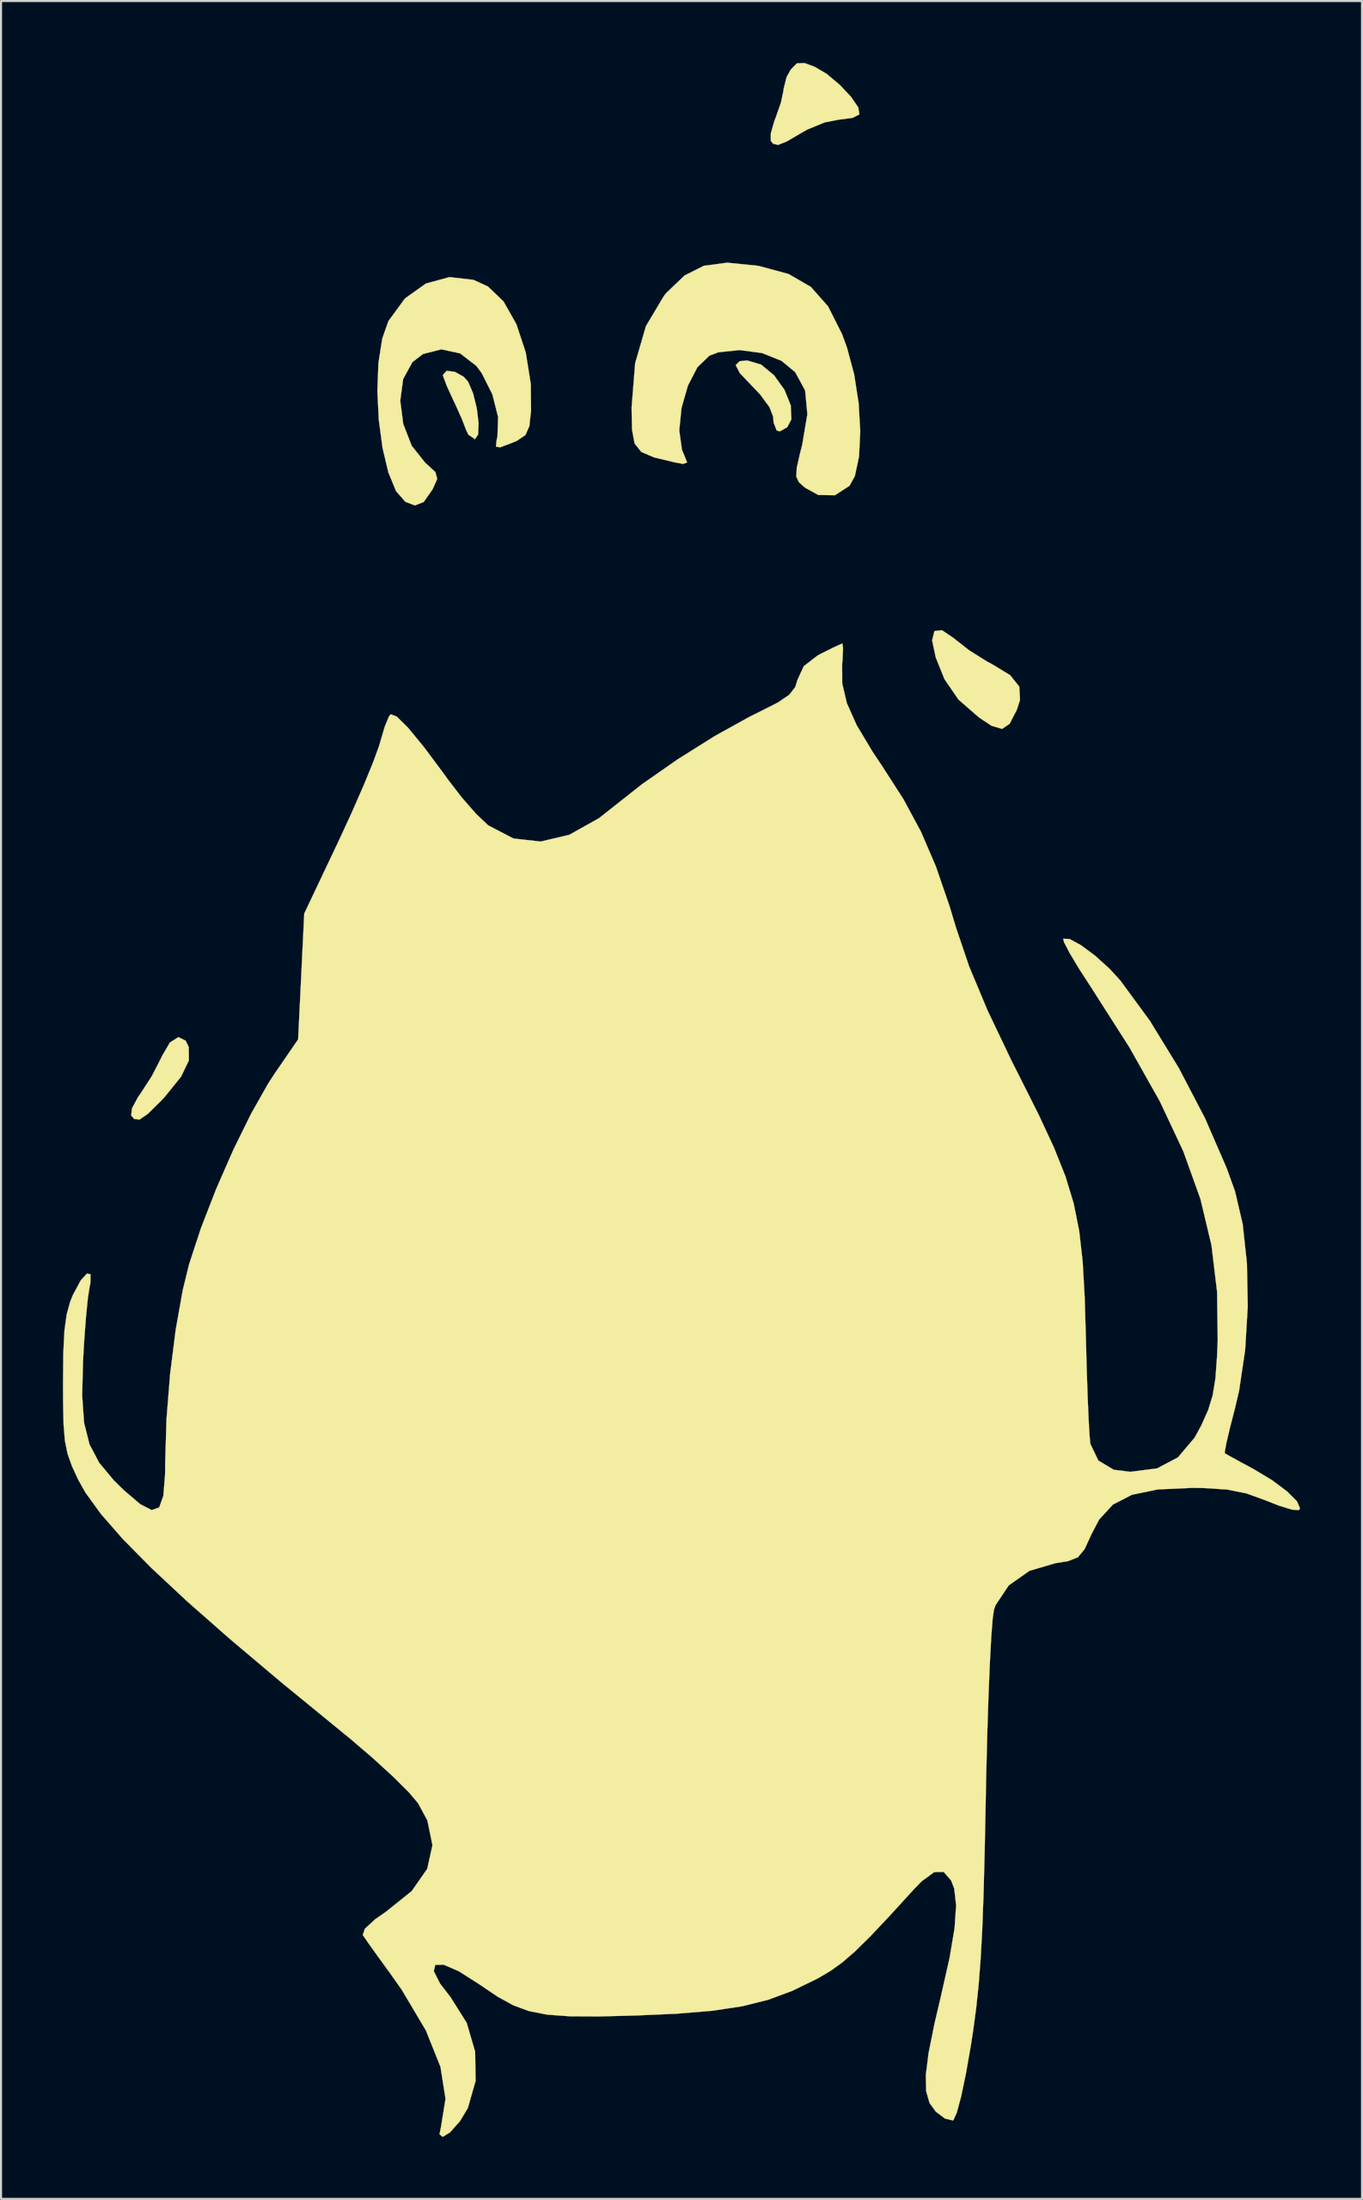
<source format=kicad_pcb>
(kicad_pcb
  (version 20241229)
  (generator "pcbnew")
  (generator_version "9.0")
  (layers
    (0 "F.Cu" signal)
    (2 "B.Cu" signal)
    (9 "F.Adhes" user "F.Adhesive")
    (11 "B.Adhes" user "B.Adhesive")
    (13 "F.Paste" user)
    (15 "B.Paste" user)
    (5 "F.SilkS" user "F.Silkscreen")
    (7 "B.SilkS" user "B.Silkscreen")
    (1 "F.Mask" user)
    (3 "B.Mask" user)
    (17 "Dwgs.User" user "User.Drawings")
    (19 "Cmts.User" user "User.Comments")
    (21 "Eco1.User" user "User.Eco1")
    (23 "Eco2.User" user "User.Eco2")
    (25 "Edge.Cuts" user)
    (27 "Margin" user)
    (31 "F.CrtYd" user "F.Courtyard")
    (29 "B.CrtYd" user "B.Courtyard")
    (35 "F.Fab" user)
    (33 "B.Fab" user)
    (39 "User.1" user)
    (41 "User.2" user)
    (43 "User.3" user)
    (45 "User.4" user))
  (footprint "tux-ghost"
    (layer "F.Cu")
    (at 29.088 52.516)
    (property "Reference" "tux-ghost" (at 0 0 0) (layer "F.SilkS") (effects (font (size 1.524 1.524) (thickness 0.3))))
    (attr through_hole)
    (fp_poly (pts (xy 4.754 -37.9) (xy 5.378 -37.385) (xy 5.882 -36.685) (xy 6.189 -35.929) (xy 6.221 -35.248) (xy 6.021 -34.868) (xy 5.664 -34.667) (xy 5.509 -34.707) (xy 5.363 -35.083) (xy 5.334 -35.388) (xy 5.159 -35.839) (xy 4.709 -36.45) (xy 4.334 -36.843) (xy 3.724 -37.484) (xy 3.521 -37.877) (xy 3.718 -38.066) (xy 4.087 -38.1) (xy 4.754 -37.9)) (stroke (width 0.01) (type solid)) (fill yes) (layer "F.SilkS"))
    (fp_poly (pts (xy -23.138 -5.141) (xy -22.99 -4.836) (xy -22.983 -4.188) (xy -23.358 -3.404) (xy -24.143 -2.431) (xy -24.339 -2.223) (xy -24.972 -1.597) (xy -25.374 -1.32) (xy -25.636 -1.349) (xy -25.78 -1.523) (xy -25.739 -1.865) (xy -25.447 -2.412) (xy -25.312 -2.602) (xy -24.778 -3.427) (xy -24.322 -4.317) (xy -24.295 -4.381) (xy -23.903 -5.053) (xy -23.492 -5.315) (xy -23.138 -5.141)) (stroke (width 0.01) (type solid)) (fill yes) (layer "F.SilkS"))
    (fp_poly (pts (xy -10.092 -37.55) (xy -9.658 -37.308) (xy -9.453 -37.078) (xy -9.206 -36.507) (xy -9.029 -35.784) (xy -8.941 -35.068) (xy -8.963 -34.517) (xy -9.112 -34.29) (xy -9.117 -34.29) (xy -9.431 -34.499) (xy -9.546 -34.734) (xy -9.738 -35.235) (xy -10.056 -35.948) (xy -10.174 -36.195) (xy -10.475 -36.852) (xy -10.65 -37.312) (xy -10.669 -37.401) (xy -10.492 -37.598) (xy -10.092 -37.55)) (stroke (width 0.01) (type solid)) (fill yes) (layer "F.SilkS"))
    (fp_poly (pts (xy 14.111 -24.632) (xy 14.159 -24.588) (xy 14.844 -24.052) (xy 15.69 -23.522) (xy 15.93 -23.395) (xy 16.825 -22.851) (xy 17.266 -22.3) (xy 17.303 -21.654) (xy 17.147 -21.172) (xy 16.801 -20.499) (xy 16.435 -20.249) (xy 15.926 -20.399) (xy 15.325 -20.795) (xy 14.321 -21.667) (xy 13.641 -22.66) (xy 13.219 -23.709) (xy 13.043 -24.539) (xy 13.154 -24.989) (xy 13.521 -25.03) (xy 14.111 -24.632)) (stroke (width 0.01) (type solid)) (fill yes) (layer "F.SilkS"))
    (fp_poly (pts (xy 7.333 -52.338) (xy 7.934 -51.984) (xy 8.563 -51.458) (xy 9.11 -50.877) (xy 9.464 -50.358) (xy 9.516 -50.023) (xy 9.182 -49.854) (xy 8.58 -49.776) (xy 8.558 -49.776) (xy 7.835 -49.636) (xy 6.999 -49.293) (xy 6.731 -49.142) (xy 6.005 -48.716) (xy 5.58 -48.545) (xy 5.339 -48.599) (xy 5.224 -48.741) (xy 5.223 -49.102) (xy 5.398 -49.711) (xy 5.463 -49.876) (xy 5.714 -50.594) (xy 5.839 -51.183) (xy 5.842 -51.251) (xy 5.988 -51.832) (xy 6.189 -52.193) (xy 6.485 -52.495) (xy 6.851 -52.511) (xy 7.333 -52.338)) (stroke (width 0.01) (type solid)) (fill yes) (layer "F.SilkS"))
    (fp_poly (pts (xy -9.193 -42.007) (xy -8.489 -41.685) (xy -7.733 -40.963) (xy -7.108 -39.857) (xy -6.654 -38.485) (xy -6.411 -36.964) (xy -6.398 -35.669) (xy -6.481 -34.912) (xy -6.673 -34.485) (xy -7.08 -34.212) (xy -7.333 -34.103) (xy -7.895 -33.892) (xy -8.1 -33.924) (xy -8.065 -34.25) (xy -8.025 -34.413) (xy -7.995 -35.361) (xy -8.271 -36.455) (xy -8.79 -37.49) (xy -9.046 -37.834) (xy -9.838 -38.445) (xy -10.749 -38.64) (xy -11.637 -38.413) (xy -12.148 -38.02) (xy -12.597 -37.202) (xy -12.738 -36.152) (xy -12.593 -35.021) (xy -12.181 -33.966) (xy -11.523 -33.138) (xy -11.477 -33.1) (xy -11.035 -32.694) (xy -10.947 -32.362) (xy -11.16 -31.88) (xy -11.176 -31.851) (xy -11.601 -31.243) (xy -12.027 -31.077) (xy -12.49 -31.252) (xy -12.941 -31.769) (xy -13.314 -32.677) (xy -13.596 -33.864) (xy -13.777 -35.218) (xy -13.847 -36.627) (xy -13.795 -37.978) (xy -13.611 -39.159) (xy -13.313 -40.005) (xy -12.509 -41.106) (xy -11.494 -41.828) (xy -10.358 -42.139) (xy -9.193 -42.007)) (stroke (width 0.01) (type solid)) (fill yes) (layer "F.SilkS"))
    (fp_poly (pts (xy 4.539 -42.695) (xy 4.677 -42.671) (xy 6.083 -42.29) (xy 7.163 -41.666) (xy 7.999 -40.721) (xy 8.676 -39.377) (xy 8.912 -38.735) (xy 9.264 -37.428) (xy 9.48 -36.03) (xy 9.559 -34.662) (xy 9.499 -33.445) (xy 9.298 -32.5) (xy 9.041 -32.031) (xy 8.331 -31.57) (xy 7.525 -31.583) (xy 6.875 -31.941) (xy 6.588 -32.199) (xy 6.46 -32.471) (xy 6.481 -32.895) (xy 6.643 -33.614) (xy 6.746 -34.018) (xy 6.995 -35.494) (xy 6.887 -36.648) (xy 6.407 -37.532) (xy 5.744 -38.082) (xy 4.8 -38.46) (xy 3.703 -38.604) (xy 2.683 -38.498) (xy 2.248 -38.334) (xy 1.668 -37.776) (xy 1.204 -36.878) (xy 0.896 -35.804) (xy 0.786 -34.716) (xy 0.915 -33.777) (xy 1.029 -33.503) (xy 1.166 -33.162) (xy 0.979 -33.088) (xy 0.585 -33.159) (xy -0.431 -33.403) (xy -1.054 -33.668) (xy -1.379 -34.077) (xy -1.504 -34.75) (xy -1.524 -35.81) (xy -1.524 -35.816) (xy -1.352 -37.966) (xy -0.829 -39.766) (xy 0.051 -41.24) (xy 0.169 -41.383) (xy 1.04 -42.216) (xy 1.978 -42.689) (xy 3.103 -42.838) (xy 4.539 -42.695)) (stroke (width 0.01) (type solid)) (fill yes) (layer "F.SilkS"))
    (fp_poly (pts (xy 8.725 -24.16) (xy 8.7 -23.601) (xy 8.681 -23.384) (xy 8.685 -22.452) (xy 8.907 -21.501) (xy 9.385 -20.43) (xy 10.159 -19.138) (xy 10.607 -18.468) (xy 11.656 -16.836) (xy 12.504 -15.263) (xy 13.225 -13.585) (xy 13.893 -11.641) (xy 14.21 -10.59) (xy 14.836 -8.743) (xy 15.726 -6.614) (xy 16.901 -4.151) (xy 17.241 -3.48) (xy 18.207 -1.556) (xy 18.952 0.045) (xy 19.508 1.438) (xy 19.904 2.742) (xy 20.171 4.076) (xy 20.339 5.555) (xy 20.437 7.299) (xy 20.492 9.144) (xy 20.532 10.673) (xy 20.579 12.057) (xy 20.627 13.201) (xy 20.675 14.016) (xy 20.714 14.397) (xy 21.099 15.2) (xy 21.845 15.647) (xy 22.649 15.748) (xy 23.945 15.582) (xy 24.956 15.049) (xy 25.765 14.093) (xy 26.09 13.499) (xy 26.422 12.755) (xy 26.64 12.048) (xy 26.775 11.224) (xy 26.854 10.13) (xy 26.886 9.356) (xy 26.855 7.025) (xy 26.584 4.772) (xy 26.048 2.528) (xy 25.221 0.226) (xy 24.081 -2.202) (xy 22.603 -4.823) (xy 20.763 -7.705) (xy 20.161 -8.634) (xy 19.701 -9.402) (xy 19.435 -9.917) (xy 19.397 -10.083) (xy 19.709 -10.068) (xy 20.26 -9.767) (xy 20.94 -9.262) (xy 21.637 -8.633) (xy 22.162 -8.061) (xy 23.594 -6.109) (xy 24.994 -3.827) (xy 26.267 -1.389) (xy 27.318 1.03) (xy 27.725 2.159) (xy 28.096 3.745) (xy 28.302 5.657) (xy 28.341 7.742) (xy 28.215 9.846) (xy 27.922 11.815) (xy 27.723 12.666) (xy 27.475 13.626) (xy 27.3 14.375) (xy 27.225 14.797) (xy 27.229 14.85) (xy 27.476 14.991) (xy 28.037 15.299) (xy 28.626 15.615) (xy 29.523 16.155) (xy 30.251 16.7) (xy 30.728 17.178) (xy 30.875 17.517) (xy 30.815 17.603) (xy 30.486 17.58) (xy 29.848 17.385) (xy 29.208 17.132) (xy 28.285 16.795) (xy 27.342 16.606) (xy 26.175 16.532) (xy 25.654 16.526) (xy 23.988 16.601) (xy 22.732 16.858) (xy 21.808 17.332) (xy 21.139 18.058) (xy 20.769 18.765) (xy 20.432 19.495) (xy 20.109 19.887) (xy 19.631 20.076) (xy 19.022 20.173) (xy 17.759 20.545) (xy 16.757 21.249) (xy 16.116 22.211) (xy 16.041 22.424) (xy 15.976 22.871) (xy 15.908 23.759) (xy 15.84 25.02) (xy 15.775 26.588) (xy 15.716 28.396) (xy 15.666 30.376) (xy 15.641 31.623) (xy 15.59 34.121) (xy 15.536 36.19) (xy 15.472 37.909) (xy 15.393 39.356) (xy 15.296 40.611) (xy 15.175 41.751) (xy 15.026 42.857) (xy 14.92 43.541) (xy 14.682 44.902) (xy 14.449 46.012) (xy 14.24 46.79) (xy 14.075 47.159) (xy 14.049 47.176) (xy 13.67 47.086) (xy 13.224 46.752) (xy 12.916 46.326) (xy 12.753 45.757) (xy 12.737 44.973) (xy 12.872 43.902) (xy 13.16 42.472) (xy 13.462 41.19) (xy 13.886 39.313) (xy 14.132 37.851) (xy 14.206 36.748) (xy 14.114 35.943) (xy 13.961 35.543) (xy 13.601 35.133) (xy 13.143 35.143) (xy 12.536 35.586) (xy 12.149 35.986) (xy 10.964 37.283) (xy 10.04 38.261) (xy 9.307 38.983) (xy 8.694 39.514) (xy 8.132 39.92) (xy 7.549 40.265) (xy 7.423 40.332) (xy 6.254 40.899) (xy 5.098 41.328) (xy 3.849 41.641) (xy 2.4 41.86) (xy 0.647 42.004) (xy -1.298 42.09) (xy -3.112 42.136) (xy -4.518 42.129) (xy -5.613 42.05) (xy -6.495 41.878) (xy -7.262 41.595) (xy -8.013 41.182) (xy -8.846 40.619) (xy -8.868 40.603) (xy -9.887 39.952) (xy -10.621 39.634) (xy -11.039 39.635) (xy -11.111 39.943) (xy -10.807 40.546) (xy -10.302 41.199) (xy -9.516 42.449) (xy -9.108 43.844) (xy -9.086 45.261) (xy -9.461 46.574) (xy -9.841 47.208) (xy -10.324 47.752) (xy -10.679 47.971) (xy -10.834 47.846) (xy -10.758 47.465) (xy -10.543 46.124) (xy -10.789 44.574) (xy -11.495 42.815) (xy -12.661 40.85) (xy -13.257 40.005) (xy -13.826 39.223) (xy -14.285 38.582) (xy -14.541 38.208) (xy -14.553 38.189) (xy -14.455 37.89) (xy -13.958 37.431) (xy -13.428 37.062) (xy -12.182 36.062) (xy -11.43 34.984) (xy -11.176 33.839) (xy -11.422 32.64) (xy -11.874 31.804) (xy -12.322 31.275) (xy -13.08 30.521) (xy -14.056 29.628) (xy -15.158 28.684) (xy -15.621 28.305) (xy -18.499 25.952) (xy -20.975 23.864) (xy -23.068 22.023) (xy -24.797 20.41) (xy -26.182 19.007) (xy -27.241 17.796) (xy -27.994 16.757) (xy -28.348 16.129) (xy -28.657 15.456) (xy -28.865 14.87) (xy -28.991 14.243) (xy -29.057 13.448) (xy -29.08 12.357) (xy -29.083 11.423) (xy -29.068 9.969) (xy -29.014 8.908) (xy -28.907 8.124) (xy -28.736 7.504) (xy -28.6 7.169) (xy -28.23 6.482) (xy -27.927 6.142) (xy -27.75 6.177) (xy -27.758 6.613) (xy -27.797 6.795) (xy -27.879 7.329) (xy -27.97 8.235) (xy -28.056 9.374) (xy -28.113 10.357) (xy -28.156 12.054) (xy -28.064 13.368) (xy -27.801 14.414) (xy -27.331 15.308) (xy -26.618 16.165) (xy -26.138 16.635) (xy -25.345 17.312) (xy -24.786 17.601) (xy -24.423 17.476) (xy -24.22 16.91) (xy -24.137 15.878) (xy -24.13 15.253) (xy -24.067 13.185) (xy -23.892 11.004) (xy -23.623 8.872) (xy -23.282 6.953) (xy -22.97 5.681) (xy -22.398 3.941) (xy -21.664 2.05) (xy -20.832 0.154) (xy -19.969 -1.6) (xy -19.139 -3.067) (xy -18.823 -3.552) (xy -17.687 -5.207) (xy -17.391 -11.303) (xy -15.695 -14.879) (xy -15.077 -16.22) (xy -14.517 -17.499) (xy -14.064 -18.603) (xy -13.767 -19.415) (xy -13.699 -19.646) (xy -13.486 -20.368) (xy -13.282 -20.855) (xy -13.202 -20.958) (xy -12.907 -20.846) (xy -12.365 -20.312) (xy -11.59 -19.37) (xy -10.595 -18.035) (xy -10.417 -17.786) (xy -9.743 -16.911) (xy -9.054 -16.125) (xy -8.493 -15.592) (xy -8.472 -15.575) (xy -7.256 -14.94) (xy -5.935 -14.79) (xy -4.541 -15.119) (xy -3.106 -15.923) (xy -2.49 -16.409) (xy -1.027 -17.564) (xy 0.704 -18.771) (xy 2.511 -19.906) (xy 4.204 -20.844) (xy 4.645 -21.061) (xy 5.567 -21.528) (xy 6.12 -21.904) (xy 6.409 -22.279) (xy 6.521 -22.636) (xy 6.822 -23.289) (xy 7.497 -23.81) (xy 7.644 -23.888) (xy 8.256 -24.192) (xy 8.642 -24.367) (xy 8.696 -24.384) (xy 8.725 -24.16)) (stroke (width 0.01) (type solid)) (fill yes) (layer "F.SilkS")))
  (gr_rect
    (start -3 -3)
    (end 62.968 103.492)
    (stroke (width 0.1) (type default))
    (fill no)
    (layer "Edge.Cuts")))
</source>
